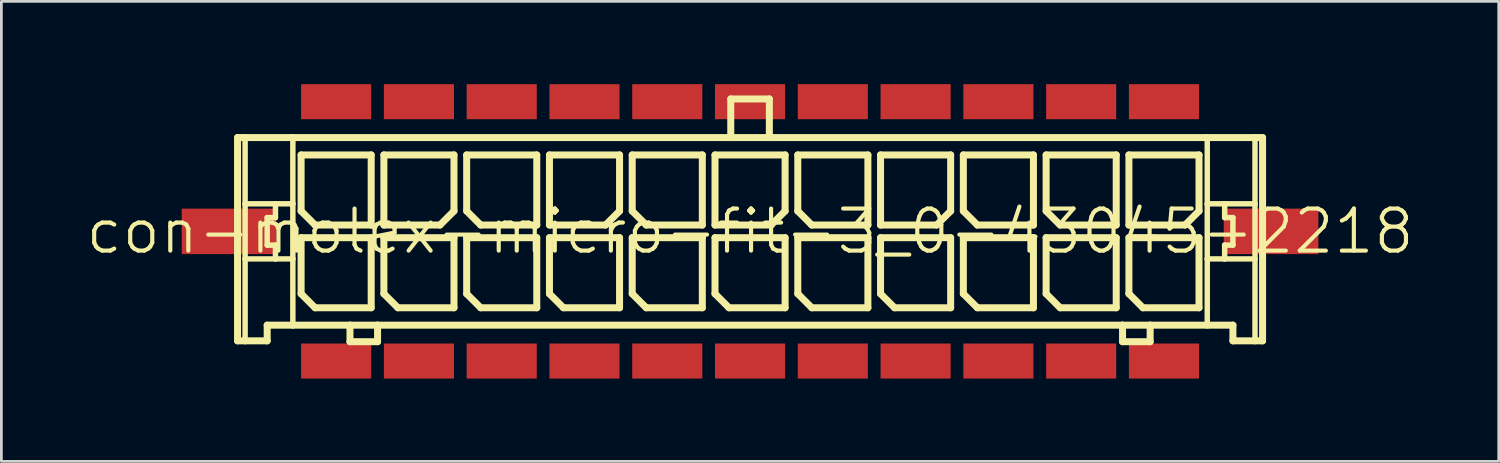
<source format=kicad_pcb>
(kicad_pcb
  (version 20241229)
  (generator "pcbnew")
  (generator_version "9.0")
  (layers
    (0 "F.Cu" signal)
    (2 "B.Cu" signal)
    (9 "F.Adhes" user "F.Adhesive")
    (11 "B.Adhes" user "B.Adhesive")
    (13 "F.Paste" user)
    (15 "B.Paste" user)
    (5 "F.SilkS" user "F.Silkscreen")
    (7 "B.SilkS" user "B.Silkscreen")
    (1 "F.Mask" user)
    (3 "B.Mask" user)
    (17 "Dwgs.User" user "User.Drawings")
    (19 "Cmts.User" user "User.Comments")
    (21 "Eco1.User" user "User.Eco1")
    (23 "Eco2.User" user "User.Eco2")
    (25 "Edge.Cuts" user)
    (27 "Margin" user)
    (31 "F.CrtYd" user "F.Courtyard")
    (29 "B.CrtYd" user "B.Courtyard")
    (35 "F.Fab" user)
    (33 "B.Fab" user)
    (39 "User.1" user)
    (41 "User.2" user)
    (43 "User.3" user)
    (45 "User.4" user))
  (footprint "con-molex-micro-fit-3_0-43045-2218"
    (layer "F.Cu")
    (at 24.13 5.334)
    (property "Reference" "con-molex-micro-fit-3_0-43045-2218" (at 0 0 0) (layer "F.SilkS") (effects (font (size 1.524 1.524) (thickness 0.15))))
    (attr smd)
    (fp_line (start -18.572 -3.399) (end -18.298 -3.399) (stroke (width 0.254) (type solid)) (layer "F.SilkS"))
    (fp_line (start -18.572 3.967) (end -18.572 -3.399) (stroke (width 0.254) (type solid)) (layer "F.SilkS"))
    (fp_line (start -18.298 -3.399) (end -16.568 -3.399) (stroke (width 0.254) (type solid)) (layer "F.SilkS"))
    (fp_line (start -18.298 -0.998) (end -18.298 -3.399) (stroke (width 0.198) (type solid)) (layer "F.SilkS"))
    (fp_line (start -18.298 0.998) (end -18.298 -0.998) (stroke (width 0.198) (type solid)) (layer "F.SilkS"))
    (fp_line (start -18.298 3.967) (end -18.572 3.967) (stroke (width 0.254) (type solid)) (layer "F.SilkS"))
    (fp_line (start -18.298 3.967) (end -18.298 0.998) (stroke (width 0.198) (type solid)) (layer "F.SilkS"))
    (fp_line (start -17.498 -0.498) (end -17.498 0.498) (stroke (width 0.198) (type solid)) (layer "F.SilkS"))
    (fp_line (start -17.498 0.498) (end -17.198 0.498) (stroke (width 0.198) (type solid)) (layer "F.SilkS"))
    (fp_line (start -17.498 3.399) (end -17.498 3.967) (stroke (width 0.254) (type solid)) (layer "F.SilkS"))
    (fp_line (start -17.498 3.967) (end -18.298 3.967) (stroke (width 0.254) (type solid)) (layer "F.SilkS"))
    (fp_line (start -17.198 -0.998) (end -18.298 -0.998) (stroke (width 0.198) (type solid)) (layer "F.SilkS"))
    (fp_line (start -17.198 -0.998) (end -17.198 -0.498) (stroke (width 0.198) (type solid)) (layer "F.SilkS"))
    (fp_line (start -17.198 -0.498) (end -17.498 -0.498) (stroke (width 0.198) (type solid)) (layer "F.SilkS"))
    (fp_line (start -17.198 0.498) (end -17.198 0.998) (stroke (width 0.198) (type solid)) (layer "F.SilkS"))
    (fp_line (start -17.198 0.998) (end -18.298 0.998) (stroke (width 0.198) (type solid)) (layer "F.SilkS"))
    (fp_line (start -16.568 -3.399) (end -0.699 -3.399) (stroke (width 0.254) (type solid)) (layer "F.SilkS"))
    (fp_line (start -16.568 -0.998) (end -17.198 -0.998) (stroke (width 0.198) (type solid)) (layer "F.SilkS"))
    (fp_line (start -16.568 -0.998) (end -16.568 -3.399) (stroke (width 0.198) (type solid)) (layer "F.SilkS"))
    (fp_line (start -16.568 0.998) (end -17.198 0.998) (stroke (width 0.198) (type solid)) (layer "F.SilkS"))
    (fp_line (start -16.568 0.998) (end -16.568 -0.998) (stroke (width 0.198) (type solid)) (layer "F.SilkS"))
    (fp_line (start -16.568 3.399) (end -17.498 3.399) (stroke (width 0.254) (type solid)) (layer "F.SilkS"))
    (fp_line (start -16.568 3.399) (end -16.568 0.998) (stroke (width 0.198) (type solid)) (layer "F.SilkS"))
    (fp_line (start -16.269 -2.769) (end -13.729 -2.769) (stroke (width 0.254) (type solid)) (layer "F.SilkS"))
    (fp_line (start -16.269 -0.737) (end -16.269 -2.769) (stroke (width 0.254) (type solid)) (layer "F.SilkS"))
    (fp_line (start -16.269 0.229) (end -13.729 0.229) (stroke (width 0.254) (type solid)) (layer "F.SilkS"))
    (fp_line (start -16.269 2.261) (end -16.269 0.229) (stroke (width 0.254) (type solid)) (layer "F.SilkS"))
    (fp_line (start -15.761 -0.229) (end -16.269 -0.737) (stroke (width 0.254) (type solid)) (layer "F.SilkS"))
    (fp_line (start -15.761 2.769) (end -16.269 2.261) (stroke (width 0.254) (type solid)) (layer "F.SilkS"))
    (fp_line (start -14.498 3.399) (end -16.568 3.399) (stroke (width 0.254) (type solid)) (layer "F.SilkS"))
    (fp_line (start -14.498 3.399) (end -14.498 3.998) (stroke (width 0.254) (type solid)) (layer "F.SilkS"))
    (fp_line (start -14.498 3.998) (end -13.498 3.998) (stroke (width 0.254) (type solid)) (layer "F.SilkS"))
    (fp_line (start -13.729 -2.769) (end -13.729 -0.229) (stroke (width 0.254) (type solid)) (layer "F.SilkS"))
    (fp_line (start -13.729 -0.229) (end -15.761 -0.229) (stroke (width 0.254) (type solid)) (layer "F.SilkS"))
    (fp_line (start -13.729 0.229) (end -13.729 2.769) (stroke (width 0.254) (type solid)) (layer "F.SilkS"))
    (fp_line (start -13.729 2.769) (end -15.761 2.769) (stroke (width 0.254) (type solid)) (layer "F.SilkS"))
    (fp_line (start -13.498 3.399) (end -14.498 3.399) (stroke (width 0.254) (type solid)) (layer "F.SilkS"))
    (fp_line (start -13.498 3.998) (end -13.498 3.399) (stroke (width 0.254) (type solid)) (layer "F.SilkS"))
    (fp_line (start -13.269 -2.769) (end -13.269 -0.229) (stroke (width 0.254) (type solid)) (layer "F.SilkS"))
    (fp_line (start -13.269 -0.229) (end -11.237 -0.229) (stroke (width 0.254) (type solid)) (layer "F.SilkS"))
    (fp_line (start -13.269 0.229) (end -10.729 0.229) (stroke (width 0.254) (type solid)) (layer "F.SilkS"))
    (fp_line (start -13.269 2.261) (end -13.269 0.229) (stroke (width 0.254) (type solid)) (layer "F.SilkS"))
    (fp_line (start -12.761 2.769) (end -13.269 2.261) (stroke (width 0.254) (type solid)) (layer "F.SilkS"))
    (fp_line (start -11.237 -0.229) (end -10.729 -0.737) (stroke (width 0.254) (type solid)) (layer "F.SilkS"))
    (fp_line (start -10.729 -2.769) (end -13.269 -2.769) (stroke (width 0.254) (type solid)) (layer "F.SilkS"))
    (fp_line (start -10.729 -0.737) (end -10.729 -2.769) (stroke (width 0.254) (type solid)) (layer "F.SilkS"))
    (fp_line (start -10.729 0.229) (end -10.729 2.769) (stroke (width 0.254) (type solid)) (layer "F.SilkS"))
    (fp_line (start -10.729 2.769) (end -12.761 2.769) (stroke (width 0.254) (type solid)) (layer "F.SilkS"))
    (fp_line (start -10.269 -2.769) (end -7.729 -2.769) (stroke (width 0.254) (type solid)) (layer "F.SilkS"))
    (fp_line (start -10.269 -0.737) (end -10.269 -2.769) (stroke (width 0.254) (type solid)) (layer "F.SilkS"))
    (fp_line (start -10.269 0.229) (end -7.729 0.229) (stroke (width 0.254) (type solid)) (layer "F.SilkS"))
    (fp_line (start -10.269 2.261) (end -10.269 0.229) (stroke (width 0.254) (type solid)) (layer "F.SilkS"))
    (fp_line (start -9.761 -0.229) (end -10.269 -0.737) (stroke (width 0.254) (type solid)) (layer "F.SilkS"))
    (fp_line (start -9.761 2.769) (end -10.269 2.261) (stroke (width 0.254) (type solid)) (layer "F.SilkS"))
    (fp_line (start -7.729 -2.769) (end -7.729 -0.229) (stroke (width 0.254) (type solid)) (layer "F.SilkS"))
    (fp_line (start -7.729 -0.229) (end -9.761 -0.229) (stroke (width 0.254) (type solid)) (layer "F.SilkS"))
    (fp_line (start -7.729 0.229) (end -7.729 2.769) (stroke (width 0.254) (type solid)) (layer "F.SilkS"))
    (fp_line (start -7.729 2.769) (end -9.761 2.769) (stroke (width 0.254) (type solid)) (layer "F.SilkS"))
    (fp_line (start -7.269 -2.769) (end -7.269 -0.229) (stroke (width 0.254) (type solid)) (layer "F.SilkS"))
    (fp_line (start -7.269 -0.229) (end -5.237 -0.229) (stroke (width 0.254) (type solid)) (layer "F.SilkS"))
    (fp_line (start -7.269 0.229) (end -4.729 0.229) (stroke (width 0.254) (type solid)) (layer "F.SilkS"))
    (fp_line (start -7.269 2.261) (end -7.269 0.229) (stroke (width 0.254) (type solid)) (layer "F.SilkS"))
    (fp_line (start -6.761 2.769) (end -7.269 2.261) (stroke (width 0.254) (type solid)) (layer "F.SilkS"))
    (fp_line (start -5.237 -0.229) (end -4.729 -0.737) (stroke (width 0.254) (type solid)) (layer "F.SilkS"))
    (fp_line (start -4.729 -2.769) (end -7.269 -2.769) (stroke (width 0.254) (type solid)) (layer "F.SilkS"))
    (fp_line (start -4.729 -0.737) (end -4.729 -2.769) (stroke (width 0.254) (type solid)) (layer "F.SilkS"))
    (fp_line (start -4.729 0.229) (end -4.729 2.769) (stroke (width 0.254) (type solid)) (layer "F.SilkS"))
    (fp_line (start -4.729 2.769) (end -6.761 2.769) (stroke (width 0.254) (type solid)) (layer "F.SilkS"))
    (fp_line (start -4.27 -2.769) (end -1.73 -2.769) (stroke (width 0.254) (type solid)) (layer "F.SilkS"))
    (fp_line (start -4.27 -0.737) (end -4.27 -2.769) (stroke (width 0.254) (type solid)) (layer "F.SilkS"))
    (fp_line (start -4.27 0.229) (end -1.73 0.229) (stroke (width 0.254) (type solid)) (layer "F.SilkS"))
    (fp_line (start -4.27 2.261) (end -4.27 0.229) (stroke (width 0.254) (type solid)) (layer "F.SilkS"))
    (fp_line (start -3.762 -0.229) (end -4.27 -0.737) (stroke (width 0.254) (type solid)) (layer "F.SilkS"))
    (fp_line (start -3.762 2.769) (end -4.27 2.261) (stroke (width 0.254) (type solid)) (layer "F.SilkS"))
    (fp_line (start -1.73 -2.769) (end -1.73 -0.229) (stroke (width 0.254) (type solid)) (layer "F.SilkS"))
    (fp_line (start -1.73 -0.229) (end -3.762 -0.229) (stroke (width 0.254) (type solid)) (layer "F.SilkS"))
    (fp_line (start -1.73 0.229) (end -1.73 2.769) (stroke (width 0.254) (type solid)) (layer "F.SilkS"))
    (fp_line (start -1.73 2.769) (end -3.762 2.769) (stroke (width 0.254) (type solid)) (layer "F.SilkS"))
    (fp_line (start -1.27 -2.769) (end -1.27 -0.229) (stroke (width 0.254) (type solid)) (layer "F.SilkS"))
    (fp_line (start -1.27 -0.229) (end 0.762 -0.229) (stroke (width 0.254) (type solid)) (layer "F.SilkS"))
    (fp_line (start -1.27 0.229) (end 1.27 0.229) (stroke (width 0.254) (type solid)) (layer "F.SilkS"))
    (fp_line (start -1.27 2.261) (end -1.27 0.229) (stroke (width 0.254) (type solid)) (layer "F.SilkS"))
    (fp_line (start -0.762 2.769) (end -1.27 2.261) (stroke (width 0.254) (type solid)) (layer "F.SilkS"))
    (fp_line (start -0.699 -4.798) (end -0.699 -3.399) (stroke (width 0.254) (type solid)) (layer "F.SilkS"))
    (fp_line (start -0.699 -4.798) (end 0.699 -4.798) (stroke (width 0.254) (type solid)) (layer "F.SilkS"))
    (fp_line (start -0.699 -3.399) (end 0.699 -3.399) (stroke (width 0.254) (type solid)) (layer "F.SilkS"))
    (fp_line (start 0.699 -4.798) (end 0.699 -3.399) (stroke (width 0.254) (type solid)) (layer "F.SilkS"))
    (fp_line (start 0.699 -3.399) (end 16.568 -3.399) (stroke (width 0.254) (type solid)) (layer "F.SilkS"))
    (fp_line (start 0.762 -0.229) (end 1.27 -0.737) (stroke (width 0.254) (type solid)) (layer "F.SilkS"))
    (fp_line (start 1.27 -2.769) (end -1.27 -2.769) (stroke (width 0.254) (type solid)) (layer "F.SilkS"))
    (fp_line (start 1.27 -0.737) (end 1.27 -2.769) (stroke (width 0.254) (type solid)) (layer "F.SilkS"))
    (fp_line (start 1.27 0.229) (end 1.27 2.769) (stroke (width 0.254) (type solid)) (layer "F.SilkS"))
    (fp_line (start 1.27 2.769) (end -0.762 2.769) (stroke (width 0.254) (type solid)) (layer "F.SilkS"))
    (fp_line (start 1.73 -2.769) (end 4.27 -2.769) (stroke (width 0.254) (type solid)) (layer "F.SilkS"))
    (fp_line (start 1.73 -0.737) (end 1.73 -2.769) (stroke (width 0.254) (type solid)) (layer "F.SilkS"))
    (fp_line (start 1.73 0.229) (end 4.27 0.229) (stroke (width 0.254) (type solid)) (layer "F.SilkS"))
    (fp_line (start 1.73 2.261) (end 1.73 0.229) (stroke (width 0.254) (type solid)) (layer "F.SilkS"))
    (fp_line (start 2.238 -0.229) (end 1.73 -0.737) (stroke (width 0.254) (type solid)) (layer "F.SilkS"))
    (fp_line (start 2.238 2.769) (end 1.73 2.261) (stroke (width 0.254) (type solid)) (layer "F.SilkS"))
    (fp_line (start 4.27 -2.769) (end 4.27 -0.229) (stroke (width 0.254) (type solid)) (layer "F.SilkS"))
    (fp_line (start 4.27 -0.229) (end 2.238 -0.229) (stroke (width 0.254) (type solid)) (layer "F.SilkS"))
    (fp_line (start 4.27 0.229) (end 4.27 2.769) (stroke (width 0.254) (type solid)) (layer "F.SilkS"))
    (fp_line (start 4.27 2.769) (end 2.238 2.769) (stroke (width 0.254) (type solid)) (layer "F.SilkS"))
    (fp_line (start 4.729 -2.769) (end 4.729 -0.229) (stroke (width 0.254) (type solid)) (layer "F.SilkS"))
    (fp_line (start 4.729 -0.229) (end 6.761 -0.229) (stroke (width 0.254) (type solid)) (layer "F.SilkS"))
    (fp_line (start 4.729 0.229) (end 7.269 0.229) (stroke (width 0.254) (type solid)) (layer "F.SilkS"))
    (fp_line (start 4.729 2.261) (end 4.729 0.229) (stroke (width 0.254) (type solid)) (layer "F.SilkS"))
    (fp_line (start 5.237 2.769) (end 4.729 2.261) (stroke (width 0.254) (type solid)) (layer "F.SilkS"))
    (fp_line (start 6.761 -0.229) (end 7.269 -0.737) (stroke (width 0.254) (type solid)) (layer "F.SilkS"))
    (fp_line (start 7.269 -2.769) (end 4.729 -2.769) (stroke (width 0.254) (type solid)) (layer "F.SilkS"))
    (fp_line (start 7.269 -0.737) (end 7.269 -2.769) (stroke (width 0.254) (type solid)) (layer "F.SilkS"))
    (fp_line (start 7.269 0.229) (end 7.269 2.769) (stroke (width 0.254) (type solid)) (layer "F.SilkS"))
    (fp_line (start 7.269 2.769) (end 5.237 2.769) (stroke (width 0.254) (type solid)) (layer "F.SilkS"))
    (fp_line (start 7.729 -2.769) (end 10.269 -2.769) (stroke (width 0.254) (type solid)) (layer "F.SilkS"))
    (fp_line (start 7.729 -0.737) (end 7.729 -2.769) (stroke (width 0.254) (type solid)) (layer "F.SilkS"))
    (fp_line (start 7.729 0.229) (end 10.269 0.229) (stroke (width 0.254) (type solid)) (layer "F.SilkS"))
    (fp_line (start 7.729 2.261) (end 7.729 0.229) (stroke (width 0.254) (type solid)) (layer "F.SilkS"))
    (fp_line (start 8.237 -0.229) (end 7.729 -0.737) (stroke (width 0.254) (type solid)) (layer "F.SilkS"))
    (fp_line (start 8.237 2.769) (end 7.729 2.261) (stroke (width 0.254) (type solid)) (layer "F.SilkS"))
    (fp_line (start 10.269 -2.769) (end 10.269 -0.229) (stroke (width 0.254) (type solid)) (layer "F.SilkS"))
    (fp_line (start 10.269 -0.229) (end 8.237 -0.229) (stroke (width 0.254) (type solid)) (layer "F.SilkS"))
    (fp_line (start 10.269 0.229) (end 10.269 2.769) (stroke (width 0.254) (type solid)) (layer "F.SilkS"))
    (fp_line (start 10.269 2.769) (end 8.237 2.769) (stroke (width 0.254) (type solid)) (layer "F.SilkS"))
    (fp_line (start 10.729 -2.769) (end 13.269 -2.769) (stroke (width 0.254) (type solid)) (layer "F.SilkS"))
    (fp_line (start 10.729 -0.737) (end 10.729 -2.769) (stroke (width 0.254) (type solid)) (layer "F.SilkS"))
    (fp_line (start 10.729 0.229) (end 13.269 0.229) (stroke (width 0.254) (type solid)) (layer "F.SilkS"))
    (fp_line (start 10.729 2.261) (end 10.729 0.229) (stroke (width 0.254) (type solid)) (layer "F.SilkS"))
    (fp_line (start 11.237 -0.229) (end 10.729 -0.737) (stroke (width 0.254) (type solid)) (layer "F.SilkS"))
    (fp_line (start 11.237 2.769) (end 10.729 2.261) (stroke (width 0.254) (type solid)) (layer "F.SilkS"))
    (fp_line (start 13.269 -2.769) (end 13.269 -0.229) (stroke (width 0.254) (type solid)) (layer "F.SilkS"))
    (fp_line (start 13.269 -0.229) (end 11.237 -0.229) (stroke (width 0.254) (type solid)) (layer "F.SilkS"))
    (fp_line (start 13.269 0.229) (end 13.269 2.769) (stroke (width 0.254) (type solid)) (layer "F.SilkS"))
    (fp_line (start 13.269 2.769) (end 11.237 2.769) (stroke (width 0.254) (type solid)) (layer "F.SilkS"))
    (fp_line (start 13.498 3.399) (end -13.498 3.399) (stroke (width 0.254) (type solid)) (layer "F.SilkS"))
    (fp_line (start 13.498 3.399) (end 13.498 3.998) (stroke (width 0.254) (type solid)) (layer "F.SilkS"))
    (fp_line (start 13.498 3.998) (end 14.498 3.998) (stroke (width 0.254) (type solid)) (layer "F.SilkS"))
    (fp_line (start 13.729 -2.769) (end 13.729 -0.229) (stroke (width 0.254) (type solid)) (layer "F.SilkS"))
    (fp_line (start 13.729 -0.229) (end 15.761 -0.229) (stroke (width 0.254) (type solid)) (layer "F.SilkS"))
    (fp_line (start 13.729 0.229) (end 16.269 0.229) (stroke (width 0.254) (type solid)) (layer "F.SilkS"))
    (fp_line (start 13.729 2.261) (end 13.729 0.229) (stroke (width 0.254) (type solid)) (layer "F.SilkS"))
    (fp_line (start 14.237 2.769) (end 13.729 2.261) (stroke (width 0.254) (type solid)) (layer "F.SilkS"))
    (fp_line (start 14.498 3.399) (end 13.498 3.399) (stroke (width 0.254) (type solid)) (layer "F.SilkS"))
    (fp_line (start 14.498 3.998) (end 14.498 3.399) (stroke (width 0.254) (type solid)) (layer "F.SilkS"))
    (fp_line (start 15.761 -0.229) (end 16.269 -0.737) (stroke (width 0.254) (type solid)) (layer "F.SilkS"))
    (fp_line (start 16.269 -2.769) (end 13.729 -2.769) (stroke (width 0.254) (type solid)) (layer "F.SilkS"))
    (fp_line (start 16.269 -0.737) (end 16.269 -2.769) (stroke (width 0.254) (type solid)) (layer "F.SilkS"))
    (fp_line (start 16.269 0.229) (end 16.269 2.769) (stroke (width 0.254) (type solid)) (layer "F.SilkS"))
    (fp_line (start 16.269 2.769) (end 14.237 2.769) (stroke (width 0.254) (type solid)) (layer "F.SilkS"))
    (fp_line (start 16.568 -3.399) (end 16.568 -0.998) (stroke (width 0.198) (type solid)) (layer "F.SilkS"))
    (fp_line (start 16.568 -3.399) (end 18.298 -3.399) (stroke (width 0.254) (type solid)) (layer "F.SilkS"))
    (fp_line (start 16.568 -0.998) (end 16.568 0.998) (stroke (width 0.198) (type solid)) (layer "F.SilkS"))
    (fp_line (start 16.568 -0.998) (end 17.198 -0.998) (stroke (width 0.198) (type solid)) (layer "F.SilkS"))
    (fp_line (start 16.568 0.998) (end 16.568 3.399) (stroke (width 0.198) (type solid)) (layer "F.SilkS"))
    (fp_line (start 16.568 0.998) (end 17.198 0.998) (stroke (width 0.198) (type solid)) (layer "F.SilkS"))
    (fp_line (start 16.568 3.399) (end 14.498 3.399) (stroke (width 0.254) (type solid)) (layer "F.SilkS"))
    (fp_line (start 17.198 -0.998) (end 17.198 -0.498) (stroke (width 0.198) (type solid)) (layer "F.SilkS"))
    (fp_line (start 17.198 -0.998) (end 18.298 -0.998) (stroke (width 0.198) (type solid)) (layer "F.SilkS"))
    (fp_line (start 17.198 -0.498) (end 17.498 -0.498) (stroke (width 0.198) (type solid)) (layer "F.SilkS"))
    (fp_line (start 17.198 0.498) (end 17.198 0.998) (stroke (width 0.198) (type solid)) (layer "F.SilkS"))
    (fp_line (start 17.198 0.998) (end 18.298 0.998) (stroke (width 0.198) (type solid)) (layer "F.SilkS"))
    (fp_line (start 17.498 -0.498) (end 17.498 0.498) (stroke (width 0.198) (type solid)) (layer "F.SilkS"))
    (fp_line (start 17.498 0.498) (end 17.198 0.498) (stroke (width 0.198) (type solid)) (layer "F.SilkS"))
    (fp_line (start 17.498 3.399) (end 16.568 3.399) (stroke (width 0.254) (type solid)) (layer "F.SilkS"))
    (fp_line (start 17.498 3.967) (end 17.498 3.399) (stroke (width 0.254) (type solid)) (layer "F.SilkS"))
    (fp_line (start 17.498 3.967) (end 18.298 3.967) (stroke (width 0.254) (type solid)) (layer "F.SilkS"))
    (fp_line (start 18.298 -3.399) (end 18.572 -3.399) (stroke (width 0.254) (type solid)) (layer "F.SilkS"))
    (fp_line (start 18.298 -0.998) (end 18.298 -3.399) (stroke (width 0.198) (type solid)) (layer "F.SilkS"))
    (fp_line (start 18.298 0.998) (end 18.298 -0.998) (stroke (width 0.198) (type solid)) (layer "F.SilkS"))
    (fp_line (start 18.298 3.967) (end 18.298 0.998) (stroke (width 0.198) (type solid)) (layer "F.SilkS"))
    (fp_line (start 18.298 3.967) (end 18.572 3.967) (stroke (width 0.254) (type solid)) (layer "F.SilkS"))
    (fp_line (start 18.572 -3.399) (end 18.572 3.967) (stroke (width 0.254) (type solid)) (layer "F.SilkS"))
    (pad "CLIP" smd rect (at -18.88 0) (size 3.429 1.648) (layers "F.Cu" "F.Mask" "F.Paste"))
    (pad "CLIP" smd rect (at 18.88 0) (size 3.429 1.648) (layers "F.Cu" "F.Mask" "F.Paste"))
    (pad "P$1" smd rect (at 14.999 4.699) (size 2.54 1.27) (layers "F.Cu" "F.Mask" "F.Paste"))
    (pad "P$2" smd rect (at 11.999 4.699) (size 2.54 1.27) (layers "F.Cu" "F.Mask" "F.Paste"))
    (pad "P$3" smd rect (at 8.999 4.699) (size 2.54 1.27) (layers "F.Cu" "F.Mask" "F.Paste"))
    (pad "P$4" smd rect (at 5.999 4.699) (size 2.54 1.27) (layers "F.Cu" "F.Mask" "F.Paste"))
    (pad "P$5" smd rect (at 3 4.699) (size 2.54 1.27) (layers "F.Cu" "F.Mask" "F.Paste"))
    (pad "P$6" smd rect (at 0 4.699) (size 2.54 1.27) (layers "F.Cu" "F.Mask" "F.Paste"))
    (pad "P$7" smd rect (at -3 4.699) (size 2.54 1.27) (layers "F.Cu" "F.Mask" "F.Paste"))
    (pad "P$8" smd rect (at -5.999 4.699) (size 2.54 1.27) (layers "F.Cu" "F.Mask" "F.Paste"))
    (pad "P$9" smd rect (at -8.999 4.699) (size 2.54 1.27) (layers "F.Cu" "F.Mask" "F.Paste"))
    (pad "P$10" smd rect (at -11.999 4.699) (size 2.54 1.27) (layers "F.Cu" "F.Mask" "F.Paste"))
    (pad "P$11" smd rect (at -14.999 4.699) (size 2.54 1.27) (layers "F.Cu" "F.Mask" "F.Paste"))
    (pad "P$12" smd rect (at 14.999 -4.699) (size 2.54 1.27) (layers "F.Cu" "F.Mask" "F.Paste"))
    (pad "P$13" smd rect (at 11.999 -4.699) (size 2.54 1.27) (layers "F.Cu" "F.Mask" "F.Paste"))
    (pad "P$14" smd rect (at 8.999 -4.699) (size 2.54 1.27) (layers "F.Cu" "F.Mask" "F.Paste"))
    (pad "P$15" smd rect (at 5.999 -4.699) (size 2.54 1.27) (layers "F.Cu" "F.Mask" "F.Paste"))
    (pad "P$16" smd rect (at 3 -4.699) (size 2.54 1.27) (layers "F.Cu" "F.Mask" "F.Paste"))
    (pad "P$17" smd rect (at 0 -4.699) (size 2.54 1.27) (layers "F.Cu" "F.Mask" "F.Paste"))
    (pad "P$18" smd rect (at -3 -4.699) (size 2.54 1.27) (layers "F.Cu" "F.Mask" "F.Paste"))
    (pad "P$19" smd rect (at -5.999 -4.699) (size 2.54 1.27) (layers "F.Cu" "F.Mask" "F.Paste"))
    (pad "P$20" smd rect (at -8.999 -4.699) (size 2.54 1.27) (layers "F.Cu" "F.Mask" "F.Paste"))
    (pad "P$21" smd rect (at -11.999 -4.699) (size 2.54 1.27) (layers "F.Cu" "F.Mask" "F.Paste"))
    (pad "P$22" smd rect (at -14.999 -4.699) (size 2.54 1.27) (layers "F.Cu" "F.Mask" "F.Paste")))
  (gr_rect
    (start -3 -3)
    (end 51.26 13.668)
    (stroke (width 0.1) (type default))
    (fill no)
    (layer "Edge.Cuts")))
</source>
